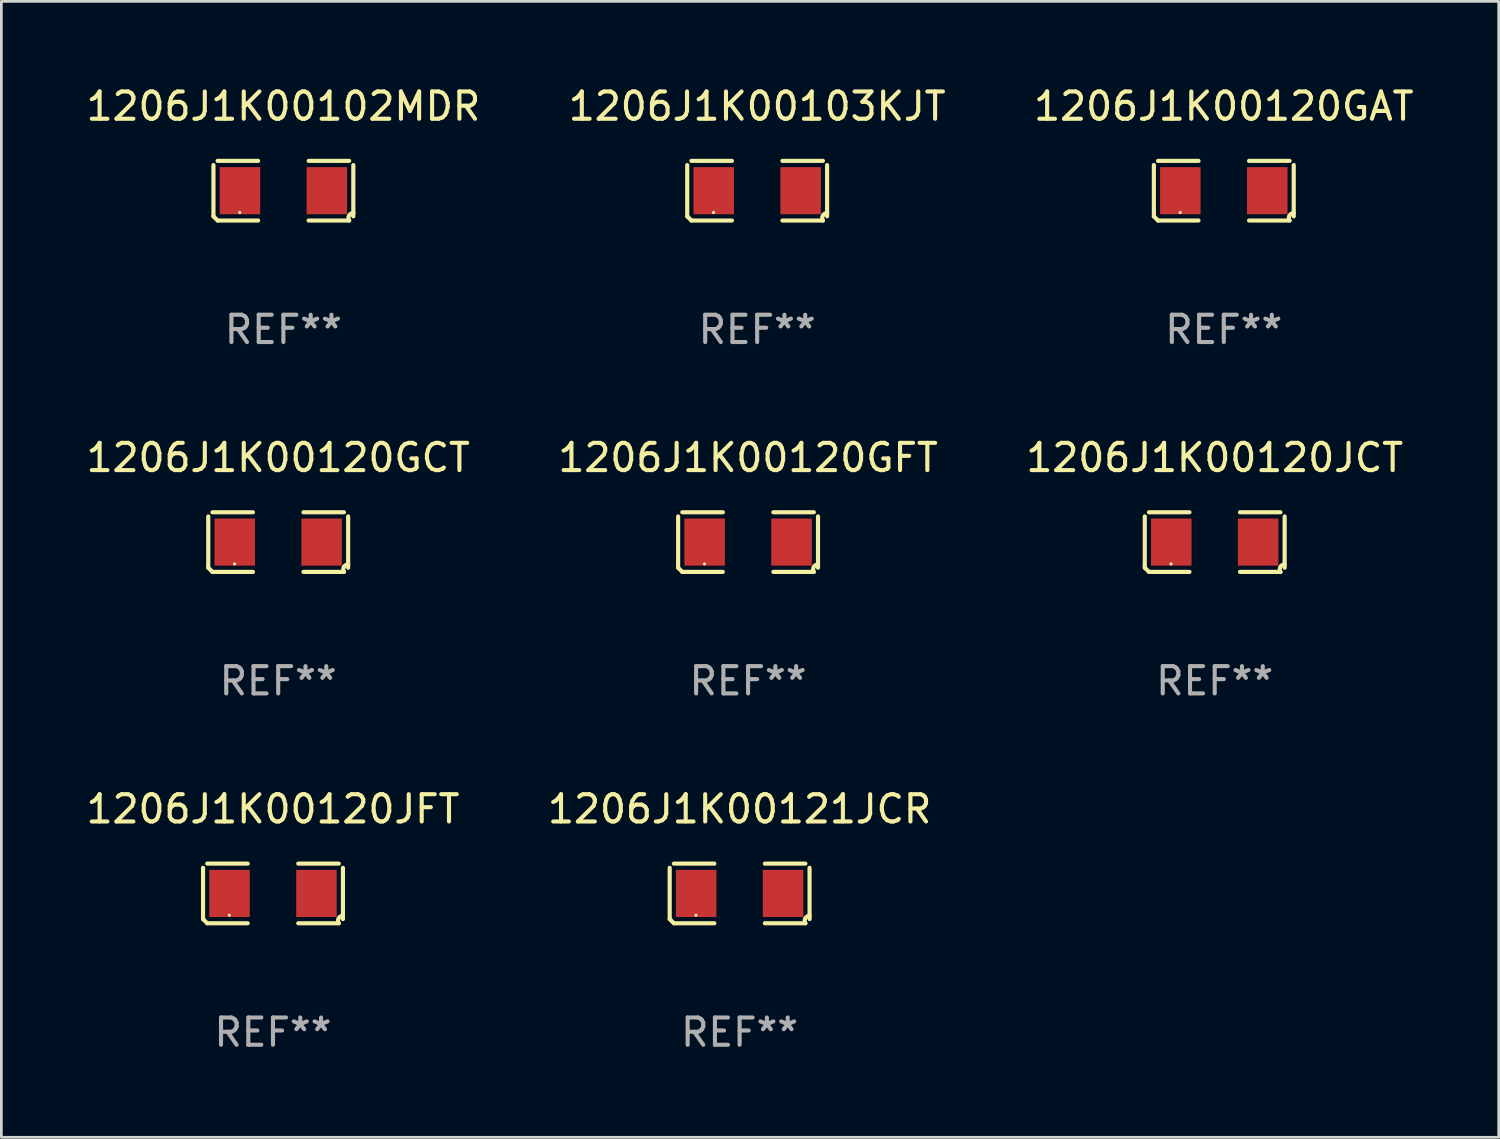
<source format=kicad_pcb>
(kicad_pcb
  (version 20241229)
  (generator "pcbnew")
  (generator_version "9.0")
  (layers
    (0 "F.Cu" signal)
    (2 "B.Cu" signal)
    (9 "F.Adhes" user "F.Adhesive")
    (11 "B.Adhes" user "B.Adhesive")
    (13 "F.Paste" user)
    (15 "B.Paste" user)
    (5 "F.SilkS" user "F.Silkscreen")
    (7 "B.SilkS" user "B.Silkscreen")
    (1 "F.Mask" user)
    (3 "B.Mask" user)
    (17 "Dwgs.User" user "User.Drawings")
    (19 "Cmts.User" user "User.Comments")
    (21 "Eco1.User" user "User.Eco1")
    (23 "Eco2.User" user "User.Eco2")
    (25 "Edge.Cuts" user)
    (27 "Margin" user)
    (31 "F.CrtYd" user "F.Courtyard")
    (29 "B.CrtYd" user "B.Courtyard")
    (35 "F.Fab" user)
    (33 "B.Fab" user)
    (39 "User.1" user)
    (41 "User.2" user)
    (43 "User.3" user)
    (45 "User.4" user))
  (footprint "1206J1K00103KJT"
    (layer "F.Cu")
    (at 24.708 3.941)
    (property "Reference" "1206J1K00103KJT" (at 0 -3.093 0) (layer "F.SilkS") (effects (font (size 1 1) (thickness 0.15))))
    (attr through_hole)
    (fp_line (start -2.564 0.94) (end -2.564 -0.94) (stroke (width 0.152) (type solid)) (layer "F.SilkS"))
    (fp_line (start -2.411 -1.093) (end -0.926 -1.093) (stroke (width 0.152) (type solid)) (layer "F.SilkS"))
    (fp_line (start -0.926 1.093) (end -2.411 1.093) (stroke (width 0.152) (type solid)) (layer "F.SilkS"))
    (fp_line (start 0.926 1.093) (end 2.411 1.093) (stroke (width 0.152) (type solid)) (layer "F.SilkS"))
    (fp_line (start 2.411 -1.093) (end 0.926 -1.093) (stroke (width 0.152) (type solid)) (layer "F.SilkS"))
    (fp_line (start 2.564 0.94) (end 2.564 -0.94) (stroke (width 0.152) (type solid)) (layer "F.SilkS"))
    (fp_arc (start -2.411201 1.092609) (mid -2.487413 1.01642) (end -2.563602 0.940208) (stroke (width 0.1524) (type solid)) (layer "F.SilkS"))
    (fp_arc (start 2.411201 1.092609) (mid 2.407159 0.911226) (end 2.563602 0.819347) (stroke (width 0.1524) (type solid)) (layer "F.SilkS"))
    (fp_circle (center -1.6 0.8) (end -1.57 0.8) (stroke (width 0.06) (type solid)) (fill no) (layer "F.SilkS"))
    (fp_text user "REF**" (at 0 5.093 0) (layer "F.Fab") (effects (font (size 1 1) (thickness 0.15))))
    (pad "1" smd rect (at -1.593 0) (size 1.485 1.728) (layers "F.Cu" "F.Mask" "F.Paste"))
    (pad "2" smd rect (at 1.593 0) (size 1.485 1.728) (layers "F.Cu" "F.Mask" "F.Paste")))
  (footprint "1206J1K00120JCT"
    (layer "F.Cu")
    (at 41.482 16.823)
    (property "Reference" "1206J1K00120JCT" (at 0 -3.093 0) (layer "F.SilkS") (effects (font (size 1 1) (thickness 0.15))))
    (attr through_hole)
    (fp_line (start -2.564 0.94) (end -2.564 -0.94) (stroke (width 0.152) (type solid)) (layer "F.SilkS"))
    (fp_line (start -2.411 -1.093) (end -0.926 -1.093) (stroke (width 0.152) (type solid)) (layer "F.SilkS"))
    (fp_line (start -0.926 1.093) (end -2.411 1.093) (stroke (width 0.152) (type solid)) (layer "F.SilkS"))
    (fp_line (start 0.926 1.093) (end 2.411 1.093) (stroke (width 0.152) (type solid)) (layer "F.SilkS"))
    (fp_line (start 2.411 -1.093) (end 0.926 -1.093) (stroke (width 0.152) (type solid)) (layer "F.SilkS"))
    (fp_line (start 2.564 0.94) (end 2.564 -0.94) (stroke (width 0.152) (type solid)) (layer "F.SilkS"))
    (fp_arc (start -2.411201 1.092609) (mid -2.487413 1.01642) (end -2.563602 0.940208) (stroke (width 0.1524) (type solid)) (layer "F.SilkS"))
    (fp_arc (start 2.411201 1.092609) (mid 2.407159 0.911226) (end 2.563602 0.819347) (stroke (width 0.1524) (type solid)) (layer "F.SilkS"))
    (fp_circle (center -1.6 0.8) (end -1.57 0.8) (stroke (width 0.06) (type solid)) (fill no) (layer "F.SilkS"))
    (fp_text user "REF**" (at 0 5.093 0) (layer "F.Fab") (effects (font (size 1 1) (thickness 0.15))))
    (pad "1" smd rect (at -1.593 0) (size 1.485 1.728) (layers "F.Cu" "F.Mask" "F.Paste"))
    (pad "2" smd rect (at 1.593 0) (size 1.485 1.728) (layers "F.Cu" "F.Mask" "F.Paste")))
  (footprint "1206J1K00120GFT"
    (layer "F.Cu")
    (at 24.375 16.823)
    (property "Reference" "1206J1K00120GFT" (at 0 -3.093 0) (layer "F.SilkS") (effects (font (size 1 1) (thickness 0.15))))
    (attr through_hole)
    (fp_line (start -2.564 0.94) (end -2.564 -0.94) (stroke (width 0.152) (type solid)) (layer "F.SilkS"))
    (fp_line (start -2.411 -1.093) (end -0.926 -1.093) (stroke (width 0.152) (type solid)) (layer "F.SilkS"))
    (fp_line (start -0.926 1.093) (end -2.411 1.093) (stroke (width 0.152) (type solid)) (layer "F.SilkS"))
    (fp_line (start 0.926 1.093) (end 2.411 1.093) (stroke (width 0.152) (type solid)) (layer "F.SilkS"))
    (fp_line (start 2.411 -1.093) (end 0.926 -1.093) (stroke (width 0.152) (type solid)) (layer "F.SilkS"))
    (fp_line (start 2.564 0.94) (end 2.564 -0.94) (stroke (width 0.152) (type solid)) (layer "F.SilkS"))
    (fp_arc (start -2.411201 1.092609) (mid -2.487413 1.01642) (end -2.563602 0.940208) (stroke (width 0.1524) (type solid)) (layer "F.SilkS"))
    (fp_arc (start 2.411201 1.092609) (mid 2.407159 0.911226) (end 2.563602 0.819347) (stroke (width 0.1524) (type solid)) (layer "F.SilkS"))
    (fp_circle (center -1.6 0.8) (end -1.57 0.8) (stroke (width 0.06) (type solid)) (fill no) (layer "F.SilkS"))
    (fp_text user "REF**" (at 0 5.093 0) (layer "F.Fab") (effects (font (size 1 1) (thickness 0.15))))
    (pad "1" smd rect (at -1.593 0) (size 1.485 1.728) (layers "F.Cu" "F.Mask" "F.Paste"))
    (pad "2" smd rect (at 1.593 0) (size 1.485 1.728) (layers "F.Cu" "F.Mask" "F.Paste")))
  (footprint "1206J1K00120GAT"
    (layer "F.Cu")
    (at 41.815 3.941)
    (property "Reference" "1206J1K00120GAT" (at 0 -3.093 0) (layer "F.SilkS") (effects (font (size 1 1) (thickness 0.15))))
    (attr through_hole)
    (fp_line (start -2.564 0.94) (end -2.564 -0.94) (stroke (width 0.152) (type solid)) (layer "F.SilkS"))
    (fp_line (start -2.411 -1.093) (end -0.926 -1.093) (stroke (width 0.152) (type solid)) (layer "F.SilkS"))
    (fp_line (start -0.926 1.093) (end -2.411 1.093) (stroke (width 0.152) (type solid)) (layer "F.SilkS"))
    (fp_line (start 0.926 1.093) (end 2.411 1.093) (stroke (width 0.152) (type solid)) (layer "F.SilkS"))
    (fp_line (start 2.411 -1.093) (end 0.926 -1.093) (stroke (width 0.152) (type solid)) (layer "F.SilkS"))
    (fp_line (start 2.564 0.94) (end 2.564 -0.94) (stroke (width 0.152) (type solid)) (layer "F.SilkS"))
    (fp_arc (start -2.411201 1.092609) (mid -2.487413 1.01642) (end -2.563602 0.940208) (stroke (width 0.1524) (type solid)) (layer "F.SilkS"))
    (fp_arc (start 2.411201 1.092609) (mid 2.407159 0.911226) (end 2.563602 0.819347) (stroke (width 0.1524) (type solid)) (layer "F.SilkS"))
    (fp_circle (center -1.6 0.8) (end -1.57 0.8) (stroke (width 0.06) (type solid)) (fill no) (layer "F.SilkS"))
    (fp_text user "REF**" (at 0 5.093 0) (layer "F.Fab") (effects (font (size 1 1) (thickness 0.15))))
    (pad "1" smd rect (at -1.593 0) (size 1.485 1.728) (layers "F.Cu" "F.Mask" "F.Paste"))
    (pad "2" smd rect (at 1.593 0) (size 1.485 1.728) (layers "F.Cu" "F.Mask" "F.Paste")))
  (footprint "1206J1K00120GCT"
    (layer "F.Cu")
    (at 7.149 16.823)
    (property "Reference" "1206J1K00120GCT" (at 0 -3.093 0) (layer "F.SilkS") (effects (font (size 1 1) (thickness 0.15))))
    (attr through_hole)
    (fp_line (start -2.564 0.94) (end -2.564 -0.94) (stroke (width 0.152) (type solid)) (layer "F.SilkS"))
    (fp_line (start -2.411 -1.093) (end -0.926 -1.093) (stroke (width 0.152) (type solid)) (layer "F.SilkS"))
    (fp_line (start -0.926 1.093) (end -2.411 1.093) (stroke (width 0.152) (type solid)) (layer "F.SilkS"))
    (fp_line (start 0.926 1.093) (end 2.411 1.093) (stroke (width 0.152) (type solid)) (layer "F.SilkS"))
    (fp_line (start 2.411 -1.093) (end 0.926 -1.093) (stroke (width 0.152) (type solid)) (layer "F.SilkS"))
    (fp_line (start 2.564 0.94) (end 2.564 -0.94) (stroke (width 0.152) (type solid)) (layer "F.SilkS"))
    (fp_arc (start -2.411201 1.092609) (mid -2.487413 1.01642) (end -2.563602 0.940208) (stroke (width 0.1524) (type solid)) (layer "F.SilkS"))
    (fp_arc (start 2.411201 1.092609) (mid 2.407159 0.911226) (end 2.563602 0.819347) (stroke (width 0.1524) (type solid)) (layer "F.SilkS"))
    (fp_circle (center -1.6 0.8) (end -1.57 0.8) (stroke (width 0.06) (type solid)) (fill no) (layer "F.SilkS"))
    (fp_text user "REF**" (at 0 5.093 0) (layer "F.Fab") (effects (font (size 1 1) (thickness 0.15))))
    (pad "1" smd rect (at -1.593 0) (size 1.485 1.728) (layers "F.Cu" "F.Mask" "F.Paste"))
    (pad "2" smd rect (at 1.593 0) (size 1.485 1.728) (layers "F.Cu" "F.Mask" "F.Paste")))
  (footprint "1206J1K00120JFT"
    (layer "F.Cu")
    (at 6.958 29.704)
    (property "Reference" "1206J1K00120JFT" (at 0 -3.093 0) (layer "F.SilkS") (effects (font (size 1 1) (thickness 0.15))))
    (attr through_hole)
    (fp_line (start -2.564 0.94) (end -2.564 -0.94) (stroke (width 0.152) (type solid)) (layer "F.SilkS"))
    (fp_line (start -2.411 -1.093) (end -0.926 -1.093) (stroke (width 0.152) (type solid)) (layer "F.SilkS"))
    (fp_line (start -0.926 1.093) (end -2.411 1.093) (stroke (width 0.152) (type solid)) (layer "F.SilkS"))
    (fp_line (start 0.926 1.093) (end 2.411 1.093) (stroke (width 0.152) (type solid)) (layer "F.SilkS"))
    (fp_line (start 2.411 -1.093) (end 0.926 -1.093) (stroke (width 0.152) (type solid)) (layer "F.SilkS"))
    (fp_line (start 2.564 0.94) (end 2.564 -0.94) (stroke (width 0.152) (type solid)) (layer "F.SilkS"))
    (fp_arc (start -2.411201 1.092609) (mid -2.487413 1.01642) (end -2.563602 0.940208) (stroke (width 0.1524) (type solid)) (layer "F.SilkS"))
    (fp_arc (start 2.411201 1.092609) (mid 2.407159 0.911226) (end 2.563602 0.819347) (stroke (width 0.1524) (type solid)) (layer "F.SilkS"))
    (fp_circle (center -1.6 0.8) (end -1.57 0.8) (stroke (width 0.06) (type solid)) (fill no) (layer "F.SilkS"))
    (fp_text user "REF**" (at 0 5.093 0) (layer "F.Fab") (effects (font (size 1 1) (thickness 0.15))))
    (pad "1" smd rect (at -1.593 0) (size 1.485 1.728) (layers "F.Cu" "F.Mask" "F.Paste"))
    (pad "2" smd rect (at 1.593 0) (size 1.485 1.728) (layers "F.Cu" "F.Mask" "F.Paste")))
  (footprint "1206J1K00102MDR"
    (layer "F.Cu")
    (at 7.339 3.941)
    (property "Reference" "1206J1K00102MDR" (at 0 -3.093 0) (layer "F.SilkS") (effects (font (size 1 1) (thickness 0.15))))
    (attr through_hole)
    (fp_line (start -2.564 0.94) (end -2.564 -0.94) (stroke (width 0.152) (type solid)) (layer "F.SilkS"))
    (fp_line (start -2.411 -1.093) (end -0.926 -1.093) (stroke (width 0.152) (type solid)) (layer "F.SilkS"))
    (fp_line (start -0.926 1.093) (end -2.411 1.093) (stroke (width 0.152) (type solid)) (layer "F.SilkS"))
    (fp_line (start 0.926 1.093) (end 2.411 1.093) (stroke (width 0.152) (type solid)) (layer "F.SilkS"))
    (fp_line (start 2.411 -1.093) (end 0.926 -1.093) (stroke (width 0.152) (type solid)) (layer "F.SilkS"))
    (fp_line (start 2.564 0.94) (end 2.564 -0.94) (stroke (width 0.152) (type solid)) (layer "F.SilkS"))
    (fp_arc (start -2.411201 1.092609) (mid -2.487413 1.01642) (end -2.563602 0.940208) (stroke (width 0.1524) (type solid)) (layer "F.SilkS"))
    (fp_arc (start 2.411201 1.092609) (mid 2.407159 0.911226) (end 2.563602 0.819347) (stroke (width 0.1524) (type solid)) (layer "F.SilkS"))
    (fp_circle (center -1.6 0.8) (end -1.57 0.8) (stroke (width 0.06) (type solid)) (fill no) (layer "F.SilkS"))
    (fp_text user "REF**" (at 0 5.093 0) (layer "F.Fab") (effects (font (size 1 1) (thickness 0.15))))
    (pad "1" smd rect (at -1.593 0) (size 1.485 1.728) (layers "F.Cu" "F.Mask" "F.Paste"))
    (pad "2" smd rect (at 1.593 0) (size 1.485 1.728) (layers "F.Cu" "F.Mask" "F.Paste")))
  (footprint "1206J1K00121JCR"
    (layer "F.Cu")
    (at 24.065 29.704)
    (property "Reference" "1206J1K00121JCR" (at 0 -3.093 0) (layer "F.SilkS") (effects (font (size 1 1) (thickness 0.15))))
    (attr through_hole)
    (fp_line (start -2.564 0.94) (end -2.564 -0.94) (stroke (width 0.152) (type solid)) (layer "F.SilkS"))
    (fp_line (start -2.411 -1.093) (end -0.926 -1.093) (stroke (width 0.152) (type solid)) (layer "F.SilkS"))
    (fp_line (start -0.926 1.093) (end -2.411 1.093) (stroke (width 0.152) (type solid)) (layer "F.SilkS"))
    (fp_line (start 0.926 1.093) (end 2.411 1.093) (stroke (width 0.152) (type solid)) (layer "F.SilkS"))
    (fp_line (start 2.411 -1.093) (end 0.926 -1.093) (stroke (width 0.152) (type solid)) (layer "F.SilkS"))
    (fp_line (start 2.564 0.94) (end 2.564 -0.94) (stroke (width 0.152) (type solid)) (layer "F.SilkS"))
    (fp_arc (start -2.411201 1.092609) (mid -2.487413 1.01642) (end -2.563602 0.940208) (stroke (width 0.1524) (type solid)) (layer "F.SilkS"))
    (fp_arc (start 2.411201 1.092609) (mid 2.407159 0.911226) (end 2.563602 0.819347) (stroke (width 0.1524) (type solid)) (layer "F.SilkS"))
    (fp_circle (center -1.6 0.8) (end -1.57 0.8) (stroke (width 0.06) (type solid)) (fill no) (layer "F.SilkS"))
    (fp_text user "REF**" (at 0 5.093 0) (layer "F.Fab") (effects (font (size 1 1) (thickness 0.15))))
    (pad "1" smd rect (at -1.593 0) (size 1.485 1.728) (layers "F.Cu" "F.Mask" "F.Paste"))
    (pad "2" smd rect (at 1.593 0) (size 1.485 1.728) (layers "F.Cu" "F.Mask" "F.Paste")))
  (gr_rect
    (start -3 -3)
    (end 51.893 38.645)
    (stroke (width 0.1) (type default))
    (fill no)
    (layer "Edge.Cuts")))
</source>
